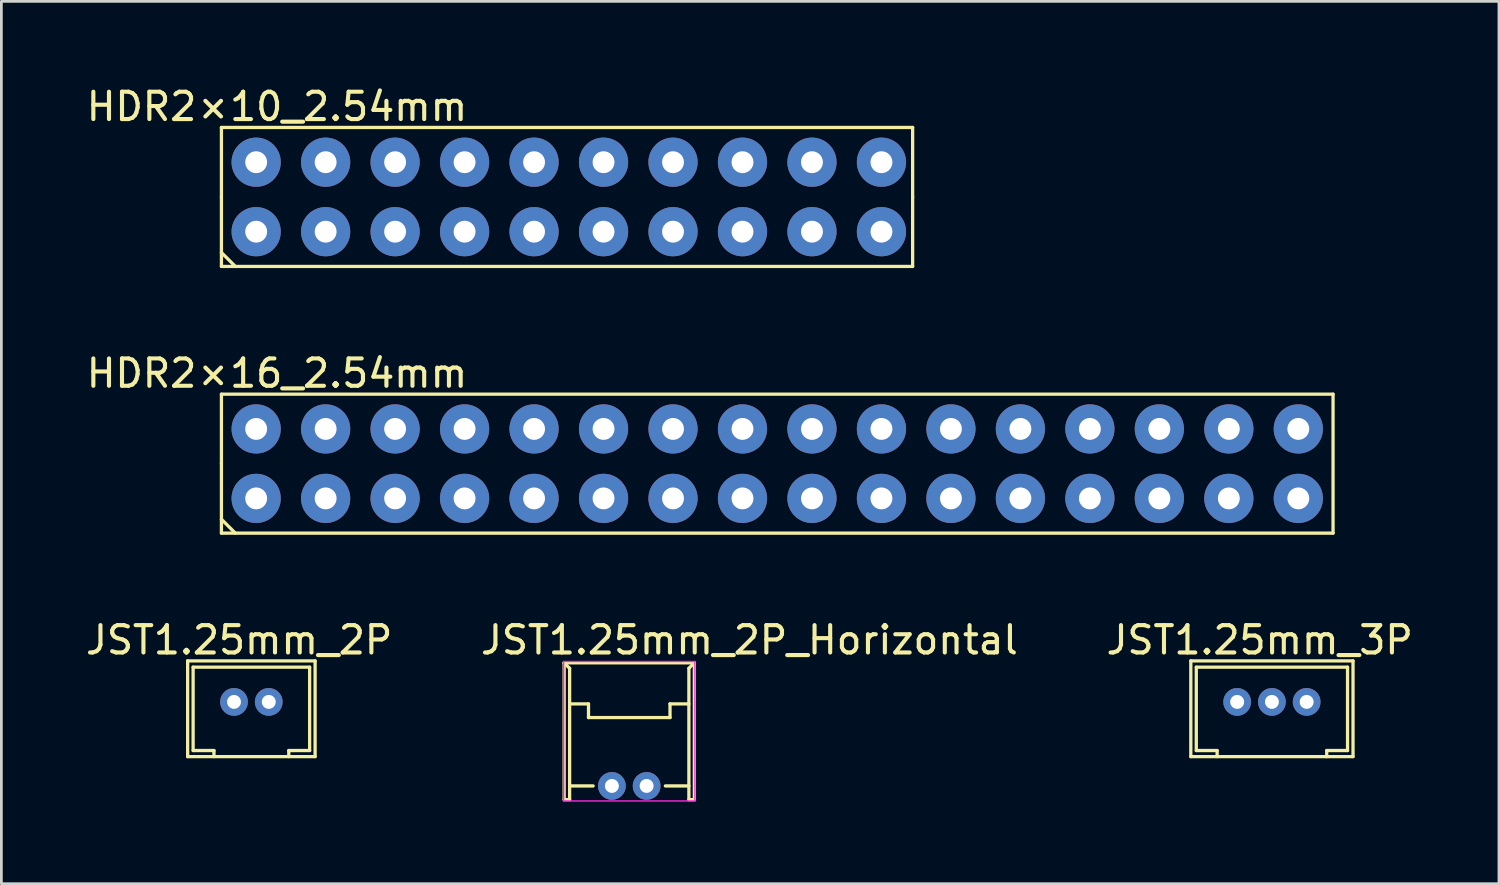
<source format=kicad_pcb>
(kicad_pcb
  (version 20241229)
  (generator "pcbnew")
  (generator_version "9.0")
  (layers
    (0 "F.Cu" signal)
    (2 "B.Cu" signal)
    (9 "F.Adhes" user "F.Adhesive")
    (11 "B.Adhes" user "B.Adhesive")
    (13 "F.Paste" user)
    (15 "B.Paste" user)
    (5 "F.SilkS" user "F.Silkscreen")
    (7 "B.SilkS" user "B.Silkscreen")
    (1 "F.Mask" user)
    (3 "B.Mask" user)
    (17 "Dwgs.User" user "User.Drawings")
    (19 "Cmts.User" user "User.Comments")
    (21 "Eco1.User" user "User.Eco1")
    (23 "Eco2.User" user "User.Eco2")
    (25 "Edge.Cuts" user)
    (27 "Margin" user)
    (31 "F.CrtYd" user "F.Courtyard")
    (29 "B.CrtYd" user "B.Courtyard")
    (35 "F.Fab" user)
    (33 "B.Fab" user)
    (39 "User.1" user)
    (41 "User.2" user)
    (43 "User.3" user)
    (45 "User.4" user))
  (footprint "JST1.25mm_2P"
    (layer "F.Cu")
    (at 6.14 22.611)
    (property "Reference" "JST1.25mm_2P" (at -6.14 -2.262 0) (layer "F.SilkS") (effects (font (size 1 1) (thickness 0.15)) (justify left)))
    (attr through_hole)
    (fp_line (start -2.33 -1.5) (end -2.33 2) (stroke (width 0.12) (type solid)) (layer "F.SilkS"))
    (fp_line (start -2.33 -1.5) (end 2.33 -1.5) (stroke (width 0.12) (type solid)) (layer "F.SilkS"))
    (fp_line (start -2.33 2) (end 2.33 2) (stroke (width 0.12) (type solid)) (layer "F.SilkS"))
    (fp_line (start -2.13 -1.27) (end -2.13 1.778) (stroke (width 0.12) (type solid)) (layer "F.SilkS"))
    (fp_line (start -2.13 -1.27) (end 2.13 -1.27) (stroke (width 0.12) (type solid)) (layer "F.SilkS"))
    (fp_line (start -2.13 1.778) (end -1.368 1.778) (stroke (width 0.12) (type solid)) (layer "F.SilkS"))
    (fp_line (start -1.368 1.778) (end -1.368 2) (stroke (width 0.12) (type solid)) (layer "F.SilkS"))
    (fp_line (start 1.368 1.778) (end 1.368 2) (stroke (width 0.12) (type solid)) (layer "F.SilkS"))
    (fp_line (start 1.368 1.778) (end 2.13 1.778) (stroke (width 0.12) (type solid)) (layer "F.SilkS"))
    (fp_line (start 2.13 -1.27) (end 2.13 1.778) (stroke (width 0.12) (type solid)) (layer "F.SilkS"))
    (fp_line (start 2.33 -1.5) (end 2.33 2) (stroke (width 0.12) (type solid)) (layer "F.SilkS"))
    (pad "1" thru_hole circle (at -0.635 0) (size 1.016 1.016) (drill 0.508) (layers "*.Cu" "*.Mask"))
    (pad "2" thru_hole circle (at 0.635 0) (size 1.016 1.016) (drill 0.508) (layers "*.Cu" "*.Mask")))
  (footprint "HDR2×16_2.54mm"
    (layer "F.Cu")
    (at 6.315 15.171)
    (property "Reference" "HDR2×16_2.54mm" (at 0.762 -4.572 0) (layer "F.SilkS") (effects (font (size 1 1) (thickness 0.15))))
    (attr through_hole)
    (fp_line (start -1.27 -3.81) (end -1.27 -1.27) (stroke (width 0.12) (type solid)) (layer "F.SilkS"))
    (fp_line (start -1.27 -3.81) (end 39.37 -3.81) (stroke (width 0.12) (type solid)) (layer "F.SilkS"))
    (fp_line (start -1.27 -1.27) (end -1.27 1.27) (stroke (width 0.12) (type solid)) (layer "F.SilkS"))
    (fp_line (start -1.27 1.27) (end 39.37 1.27) (stroke (width 0.12) (type solid)) (layer "F.SilkS"))
    (fp_line (start -0.762 1.27) (end -1.27 0.762) (stroke (width 0.12) (type solid)) (layer "F.SilkS"))
    (fp_line (start 39.37 -3.81) (end 39.37 1.27) (stroke (width 0.12) (type solid)) (layer "F.SilkS"))
    (pad "1" thru_hole circle (at 0 0) (size 1.8 1.8) (drill 0.8) (layers "*.Cu" "*.Mask"))
    (pad "2" thru_hole circle (at 0 -2.54) (size 1.8 1.8) (drill 0.8) (layers "*.Cu" "*.Mask"))
    (pad "3" thru_hole circle (at 2.54 0) (size 1.8 1.8) (drill 0.8) (layers "*.Cu" "*.Mask"))
    (pad "4" thru_hole circle (at 2.54 -2.54) (size 1.8 1.8) (drill 0.8) (layers "*.Cu" "*.Mask"))
    (pad "5" thru_hole circle (at 5.08 0) (size 1.8 1.8) (drill 0.8) (layers "*.Cu" "*.Mask"))
    (pad "6" thru_hole circle (at 5.08 -2.54) (size 1.8 1.8) (drill 0.8) (layers "*.Cu" "*.Mask"))
    (pad "7" thru_hole circle (at 7.62 0) (size 1.8 1.8) (drill 0.8) (layers "*.Cu" "*.Mask"))
    (pad "8" thru_hole circle (at 7.62 -2.54) (size 1.8 1.8) (drill 0.8) (layers "*.Cu" "*.Mask"))
    (pad "9" thru_hole circle (at 10.16 0) (size 1.8 1.8) (drill 0.8) (layers "*.Cu" "*.Mask"))
    (pad "10" thru_hole circle (at 10.16 -2.54) (size 1.8 1.8) (drill 0.8) (layers "*.Cu" "*.Mask"))
    (pad "11" thru_hole circle (at 12.7 0) (size 1.8 1.8) (drill 0.8) (layers "*.Cu" "*.Mask"))
    (pad "12" thru_hole circle (at 12.7 -2.54) (size 1.8 1.8) (drill 0.8) (layers "*.Cu" "*.Mask"))
    (pad "13" thru_hole circle (at 15.24 0) (size 1.8 1.8) (drill 0.8) (layers "*.Cu" "*.Mask"))
    (pad "14" thru_hole circle (at 15.24 -2.54) (size 1.8 1.8) (drill 0.8) (layers "*.Cu" "*.Mask"))
    (pad "15" thru_hole circle (at 17.78 0) (size 1.8 1.8) (drill 0.8) (layers "*.Cu" "*.Mask"))
    (pad "16" thru_hole circle (at 17.78 -2.54) (size 1.8 1.8) (drill 0.8) (layers "*.Cu" "*.Mask"))
    (pad "17" thru_hole circle (at 20.32 0) (size 1.8 1.8) (drill 0.8) (layers "*.Cu" "*.Mask"))
    (pad "18" thru_hole circle (at 20.32 -2.54) (size 1.8 1.8) (drill 0.8) (layers "*.Cu" "*.Mask"))
    (pad "19" thru_hole circle (at 22.86 0) (size 1.8 1.8) (drill 0.8) (layers "*.Cu" "*.Mask"))
    (pad "20" thru_hole circle (at 22.86 -2.54) (size 1.8 1.8) (drill 0.8) (layers "*.Cu" "*.Mask"))
    (pad "21" thru_hole circle (at 25.4 0) (size 1.8 1.8) (drill 0.8) (layers "*.Cu" "*.Mask"))
    (pad "22" thru_hole circle (at 25.4 -2.54) (size 1.8 1.8) (drill 0.8) (layers "*.Cu" "*.Mask"))
    (pad "23" thru_hole circle (at 27.94 0) (size 1.8 1.8) (drill 0.8) (layers "*.Cu" "*.Mask"))
    (pad "24" thru_hole circle (at 27.94 -2.54) (size 1.8 1.8) (drill 0.8) (layers "*.Cu" "*.Mask"))
    (pad "25" thru_hole circle (at 30.48 0) (size 1.8 1.8) (drill 0.8) (layers "*.Cu" "*.Mask"))
    (pad "26" thru_hole circle (at 30.48 -2.54) (size 1.8 1.8) (drill 0.8) (layers "*.Cu" "*.Mask"))
    (pad "27" thru_hole circle (at 33.02 0) (size 1.8 1.8) (drill 0.8) (layers "*.Cu" "*.Mask"))
    (pad "28" thru_hole circle (at 33.02 -2.54) (size 1.8 1.8) (drill 0.8) (layers "*.Cu" "*.Mask"))
    (pad "29" thru_hole circle (at 35.56 0) (size 1.8 1.8) (drill 0.8) (layers "*.Cu" "*.Mask"))
    (pad "30" thru_hole circle (at 35.56 -2.54) (size 1.8 1.8) (drill 0.8) (layers "*.Cu" "*.Mask"))
    (pad "31" thru_hole circle (at 38.1 0) (size 1.8 1.8) (drill 0.8) (layers "*.Cu" "*.Mask"))
    (pad "32" thru_hole circle (at 38.1 -2.54) (size 1.8 1.8) (drill 0.8) (layers "*.Cu" "*.Mask")))
  (footprint "HDR2×10_2.54mm"
    (layer "F.Cu")
    (at 6.315 5.42)
    (property "Reference" "HDR2×10_2.54mm" (at 0.762 -4.572 0) (layer "F.SilkS") (effects (font (size 1 1) (thickness 0.15))))
    (attr through_hole)
    (fp_line (start -1.27 -3.81) (end -1.27 -1.27) (stroke (width 0.12) (type solid)) (layer "F.SilkS"))
    (fp_line (start -1.27 -3.81) (end 24 -3.81) (stroke (width 0.12) (type solid)) (layer "F.SilkS"))
    (fp_line (start -1.27 -1.27) (end -1.27 1.27) (stroke (width 0.12) (type solid)) (layer "F.SilkS"))
    (fp_line (start -1.27 1.27) (end 24 1.27) (stroke (width 0.12) (type solid)) (layer "F.SilkS"))
    (fp_line (start -0.762 1.27) (end -1.27 0.762) (stroke (width 0.12) (type solid)) (layer "F.SilkS"))
    (fp_line (start 24 -3.81) (end 24 -1.27) (stroke (width 0.12) (type solid)) (layer "F.SilkS"))
    (fp_line (start 24 -1.27) (end 24 1.27) (stroke (width 0.12) (type solid)) (layer "F.SilkS"))
    (pad "1" thru_hole circle (at 0 0) (size 1.8 1.8) (drill 0.8) (layers "*.Cu" "*.Mask"))
    (pad "2" thru_hole circle (at 0 -2.54) (size 1.8 1.8) (drill 0.8) (layers "*.Cu" "*.Mask"))
    (pad "3" thru_hole circle (at 2.54 0) (size 1.8 1.8) (drill 0.8) (layers "*.Cu" "*.Mask"))
    (pad "4" thru_hole circle (at 2.54 -2.54) (size 1.8 1.8) (drill 0.8) (layers "*.Cu" "*.Mask"))
    (pad "5" thru_hole circle (at 5.08 0) (size 1.8 1.8) (drill 0.8) (layers "*.Cu" "*.Mask"))
    (pad "6" thru_hole circle (at 5.08 -2.54) (size 1.8 1.8) (drill 0.8) (layers "*.Cu" "*.Mask"))
    (pad "7" thru_hole circle (at 7.62 0) (size 1.8 1.8) (drill 0.8) (layers "*.Cu" "*.Mask"))
    (pad "8" thru_hole circle (at 7.62 -2.54) (size 1.8 1.8) (drill 0.8) (layers "*.Cu" "*.Mask"))
    (pad "9" thru_hole circle (at 10.16 0) (size 1.8 1.8) (drill 0.8) (layers "*.Cu" "*.Mask"))
    (pad "10" thru_hole circle (at 10.16 -2.54) (size 1.8 1.8) (drill 0.8) (layers "*.Cu" "*.Mask"))
    (pad "11" thru_hole circle (at 12.7 0) (size 1.8 1.8) (drill 0.8) (layers "*.Cu" "*.Mask"))
    (pad "12" thru_hole circle (at 12.7 -2.54) (size 1.8 1.8) (drill 0.8) (layers "*.Cu" "*.Mask"))
    (pad "13" thru_hole circle (at 15.24 0) (size 1.8 1.8) (drill 0.8) (layers "*.Cu" "*.Mask"))
    (pad "14" thru_hole circle (at 15.24 -2.54) (size 1.8 1.8) (drill 0.8) (layers "*.Cu" "*.Mask"))
    (pad "15" thru_hole circle (at 17.78 0) (size 1.8 1.8) (drill 0.8) (layers "*.Cu" "*.Mask"))
    (pad "16" thru_hole circle (at 17.78 -2.54) (size 1.8 1.8) (drill 0.8) (layers "*.Cu" "*.Mask"))
    (pad "17" thru_hole circle (at 20.32 0) (size 1.8 1.8) (drill 0.8) (layers "*.Cu" "*.Mask"))
    (pad "18" thru_hole circle (at 20.32 -2.54) (size 1.8 1.8) (drill 0.8) (layers "*.Cu" "*.Mask"))
    (pad "19" thru_hole circle (at 22.86 0) (size 1.8 1.8) (drill 0.8) (layers "*.Cu" "*.Mask"))
    (pad "20" thru_hole circle (at 22.86 -2.54) (size 1.8 1.8) (drill 0.8) (layers "*.Cu" "*.Mask")))
  (footprint "JST1.25mm_3P"
    (layer "F.Cu")
    (at 43.45 22.611)
    (property "Reference" "JST1.25mm_3P" (at -6.14 -2.262 0) (layer "F.SilkS") (effects (font (size 1 1) (thickness 0.15)) (justify left)))
    (attr through_hole)
    (fp_line (start -2.965 -1.5) (end -2.965 2) (stroke (width 0.12) (type solid)) (layer "F.SilkS"))
    (fp_line (start -2.965 -1.5) (end 2.965 -1.5) (stroke (width 0.12) (type solid)) (layer "F.SilkS"))
    (fp_line (start -2.965 2) (end 2.965 2) (stroke (width 0.12) (type solid)) (layer "F.SilkS"))
    (fp_line (start -2.765 -1.27) (end -2.765 1.778) (stroke (width 0.12) (type solid)) (layer "F.SilkS"))
    (fp_line (start -2.765 -1.27) (end 2.765 -1.27) (stroke (width 0.12) (type solid)) (layer "F.SilkS"))
    (fp_line (start -2.765 1.778) (end -2.003 1.778) (stroke (width 0.12) (type solid)) (layer "F.SilkS"))
    (fp_line (start -2.003 1.778) (end -2.003 2) (stroke (width 0.12) (type solid)) (layer "F.SilkS"))
    (fp_line (start 2.003 1.778) (end 2.003 2) (stroke (width 0.12) (type solid)) (layer "F.SilkS"))
    (fp_line (start 2.003 1.778) (end 2.765 1.778) (stroke (width 0.12) (type solid)) (layer "F.SilkS"))
    (fp_line (start 2.765 -1.27) (end 2.765 1.778) (stroke (width 0.12) (type solid)) (layer "F.SilkS"))
    (fp_line (start 2.965 -1.5) (end 2.965 2) (stroke (width 0.12) (type solid)) (layer "F.SilkS"))
    (pad "1" thru_hole circle (at -1.27 0) (size 1.016 1.016) (drill 0.508) (layers "*.Cu" "*.Mask"))
    (pad "2" thru_hole circle (at 0 0) (size 1.016 1.016) (drill 0.508) (layers "*.Cu" "*.Mask"))
    (pad "3" thru_hole circle (at 1.27 0) (size 1.016 1.016) (drill 0.508) (layers "*.Cu" "*.Mask")))
  (footprint "JST1.25mm_2P_Horizontal"
    (layer "F.Cu")
    (at 19.955 25.683)
    (property "Reference" "JST1.25mm_2P_Horizontal" (at -5.515 -5.334 0) (layer "F.SilkS") (effects (font (size 1 1) (thickness 0.15)) (justify left)))
    (attr through_hole)
    (fp_line (start -2.38 0.5) (end -2.38 -4.5) (stroke (width 0.12) (type solid)) (layer "F.SilkS"))
    (fp_line (start -2.18 -4.3) (end -2.38 -4.5) (stroke (width 0.12) (type solid)) (layer "F.SilkS"))
    (fp_line (start -2.18 -3) (end -1.49 -3) (stroke (width 0.12) (type solid)) (layer "F.SilkS"))
    (fp_line (start -2.18 0) (end -1.32 0) (stroke (width 0.12) (type solid)) (layer "F.SilkS"))
    (fp_line (start -2.18 0.5) (end -2.38 0.5) (stroke (width 0.12) (type solid)) (layer "F.SilkS"))
    (fp_line (start -2.18 0.5) (end -2.18 -4.3) (stroke (width 0.12) (type solid)) (layer "F.SilkS"))
    (fp_line (start -1.49 -3) (end -1.49 -2.5) (stroke (width 0.12) (type solid)) (layer "F.SilkS"))
    (fp_line (start 1.49 -3) (end 1.49 -2.5) (stroke (width 0.12) (type solid)) (layer "F.SilkS"))
    (fp_line (start 1.49 -3) (end 2.18 -3) (stroke (width 0.12) (type solid)) (layer "F.SilkS"))
    (fp_line (start 1.49 -2.5) (end -1.49 -2.5) (stroke (width 0.12) (type solid)) (layer "F.SilkS"))
    (fp_line (start 2.18 -4.3) (end 2.38 -4.5) (stroke (width 0.12) (type solid)) (layer "F.SilkS"))
    (fp_line (start 2.18 0) (end 1.32 0) (stroke (width 0.12) (type solid)) (layer "F.SilkS"))
    (fp_line (start 2.18 0.5) (end 2.18 -4.3) (stroke (width 0.12) (type solid)) (layer "F.SilkS"))
    (fp_line (start 2.18 0.5) (end 2.38 0.5) (stroke (width 0.12) (type solid)) (layer "F.SilkS"))
    (fp_line (start 2.38 -4.5) (end -2.38 -4.5) (stroke (width 0.12) (type solid)) (layer "F.SilkS"))
    (fp_line (start 2.38 0.5) (end 2.38 -4.5) (stroke (width 0.12) (type solid)) (layer "F.SilkS"))
    (fp_line (start -2.4 -4.55) (end 2.4 -4.55) (stroke (width 0.05) (type default)) (layer "F.CrtYd"))
    (fp_line (start -2.4 0.55) (end -2.4 -4.55) (stroke (width 0.05) (type default)) (layer "F.CrtYd"))
    (fp_line (start 2.4 -4.55) (end 2.4 0.55) (stroke (width 0.05) (type default)) (layer "F.CrtYd"))
    (fp_line (start 2.4 0.55) (end -2.4 0.55) (stroke (width 0.05) (type default)) (layer "F.CrtYd"))
    (pad "1" thru_hole circle (at -0.635 0) (size 1.016 1.016) (drill 0.508) (layers "*.Cu" "*.Mask"))
    (pad "2" thru_hole circle (at 0.635 0) (size 1.016 1.016) (drill 0.508) (layers "*.Cu" "*.Mask")))
  (gr_rect
    (start -3 -3)
    (end 51.75 29.258)
    (stroke (width 0.1) (type default))
    (fill no)
    (layer "Edge.Cuts")))
</source>
